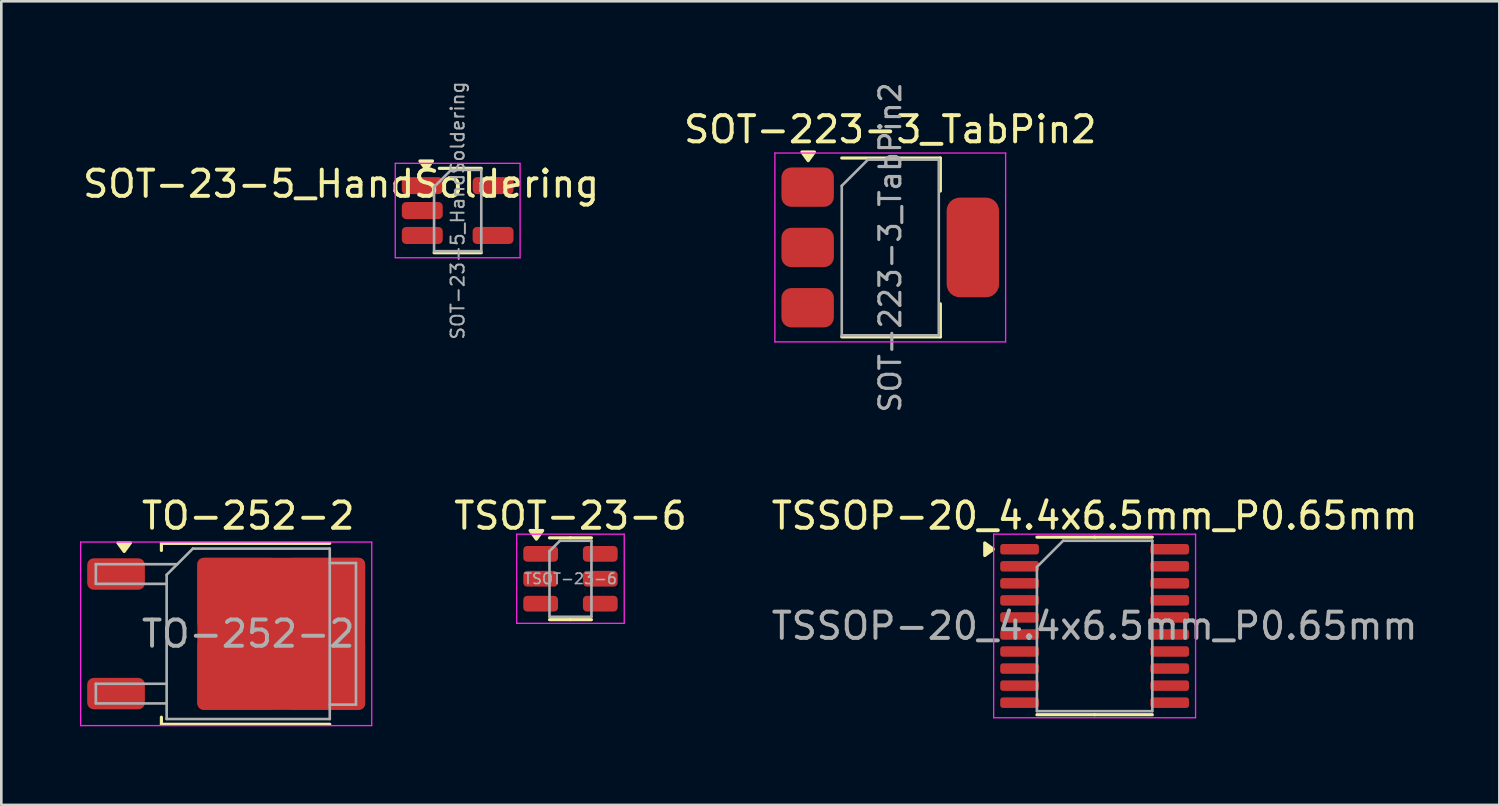
<source format=kicad_pcb>
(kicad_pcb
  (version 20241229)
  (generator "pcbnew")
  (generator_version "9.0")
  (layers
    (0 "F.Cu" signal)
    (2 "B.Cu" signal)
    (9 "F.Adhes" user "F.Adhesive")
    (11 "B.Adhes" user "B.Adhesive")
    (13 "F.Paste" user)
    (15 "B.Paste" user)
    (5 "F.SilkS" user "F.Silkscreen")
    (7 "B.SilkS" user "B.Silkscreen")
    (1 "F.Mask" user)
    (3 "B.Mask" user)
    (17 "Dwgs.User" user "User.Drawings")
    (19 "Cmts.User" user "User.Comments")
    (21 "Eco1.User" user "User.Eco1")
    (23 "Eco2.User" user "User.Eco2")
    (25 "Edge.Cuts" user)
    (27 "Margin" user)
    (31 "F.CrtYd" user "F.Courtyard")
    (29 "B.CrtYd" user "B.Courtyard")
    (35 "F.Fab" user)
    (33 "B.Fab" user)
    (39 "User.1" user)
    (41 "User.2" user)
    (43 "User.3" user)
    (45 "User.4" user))
  (footprint "TO-252-2"
    (layer "F.Cu")
    (at 6.415 21.12)
    (property "Reference" "TO-252-2" (at 0 -4.5 0) (layer "F.SilkS") (effects (font (size 1 1) (thickness 0.15))))
    (attr smd)
    (fp_line (start -3.31 -3.45) (end -3.31 -3.18) (stroke (width 0.12) (type solid)) (layer "F.SilkS"))
    (fp_line (start -3.31 3.45) (end -3.31 3.18) (stroke (width 0.12) (type solid)) (layer "F.SilkS"))
    (fp_line (start 3.11 -3.45) (end -3.31 -3.45) (stroke (width 0.12) (type solid)) (layer "F.SilkS"))
    (fp_line (start 3.11 3.45) (end -3.31 3.45) (stroke (width 0.12) (type solid)) (layer "F.SilkS"))
    (fp_poly (pts (xy -4.73 -3.14) (xy -4.97 -3.47) (xy -4.49 -3.47) (xy -4.73 -3.14)) (stroke (width 0.12) (type solid)) (fill yes) (layer "F.SilkS"))
    (fp_line (start -6.39 -3.5) (end -6.39 3.5) (stroke (width 0.05) (type solid)) (layer "F.CrtYd"))
    (fp_line (start -6.39 3.5) (end 4.71 3.5) (stroke (width 0.05) (type solid)) (layer "F.CrtYd"))
    (fp_line (start 4.71 -3.5) (end -6.39 -3.5) (stroke (width 0.05) (type solid)) (layer "F.CrtYd"))
    (fp_line (start 4.71 3.5) (end 4.71 -3.5) (stroke (width 0.05) (type solid)) (layer "F.CrtYd"))
    (fp_line (start -5.81 -2.655) (end -5.81 -1.905) (stroke (width 0.1) (type solid)) (layer "F.Fab"))
    (fp_line (start -5.81 -1.905) (end -3.11 -1.905) (stroke (width 0.1) (type solid)) (layer "F.Fab"))
    (fp_line (start -5.81 1.905) (end -5.81 2.655) (stroke (width 0.1) (type solid)) (layer "F.Fab"))
    (fp_line (start -5.81 2.655) (end -3.11 2.655) (stroke (width 0.1) (type solid)) (layer "F.Fab"))
    (fp_line (start -3.11 -2.25) (end -2.11 -3.25) (stroke (width 0.1) (type solid)) (layer "F.Fab"))
    (fp_line (start -3.11 1.905) (end -5.81 1.905) (stroke (width 0.1) (type solid)) (layer "F.Fab"))
    (fp_line (start -3.11 3.25) (end -3.11 -2.25) (stroke (width 0.1) (type solid)) (layer "F.Fab"))
    (fp_line (start -2.705 -2.655) (end -5.81 -2.655) (stroke (width 0.1) (type solid)) (layer "F.Fab"))
    (fp_line (start -2.11 -3.25) (end 3.11 -3.25) (stroke (width 0.1) (type solid)) (layer "F.Fab"))
    (fp_line (start 3.11 -3.25) (end 3.11 3.25) (stroke (width 0.1) (type solid)) (layer "F.Fab"))
    (fp_line (start 3.11 -2.7) (end 4.11 -2.7) (stroke (width 0.1) (type solid)) (layer "F.Fab"))
    (fp_line (start 3.11 3.25) (end -3.11 3.25) (stroke (width 0.1) (type solid)) (layer "F.Fab"))
    (fp_line (start 4.11 -2.7) (end 4.11 2.7) (stroke (width 0.1) (type solid)) (layer "F.Fab"))
    (fp_line (start 4.11 2.7) (end 3.11 2.7) (stroke (width 0.1) (type solid)) (layer "F.Fab"))
    (fp_text user "${REFERENCE}" (at 0 0 0) (layer "F.Fab") (effects (font (size 1 1) (thickness 0.15))))
    (pad "1" smd roundrect (at -5.04 -2.28) (size 2.2 1.2) (layers "F.Cu" "F.Mask" "F.Paste") (roundrect_rratio 0.208))
    (pad "2" smd roundrect (at -0.415 -1.525) (size 3.05 2.75) (layers "F.Cu" "F.Paste") (roundrect_rratio 0.091))
    (pad "2" smd roundrect (at -0.415 1.525) (size 3.05 2.75) (layers "F.Cu" "F.Paste") (roundrect_rratio 0.091))
    (pad "2" smd roundrect (at 1.26 0) (size 6.4 5.8) (layers "F.Cu" "F.Mask") (roundrect_rratio 0.043))
    (pad "2" smd roundrect (at 2.935 -1.525) (size 3.05 2.75) (layers "F.Cu" "F.Paste") (roundrect_rratio 0.091))
    (pad "2" smd roundrect (at 2.935 1.525) (size 3.05 2.75) (layers "F.Cu" "F.Paste") (roundrect_rratio 0.091))
    (pad "3" smd roundrect (at -5.04 2.28) (size 2.2 1.2) (layers "F.Cu" "F.Mask" "F.Paste") (roundrect_rratio 0.208)))
  (footprint "TSOT-23-6"
    (layer "F.Cu")
    (at 18.704 19.02)
    (property "Reference" "TSOT-23-6" (at 0 -2.4 0) (layer "F.SilkS") (effects (font (size 1 1) (thickness 0.15))))
    (attr smd)
    (fp_line (start 0 -1.56) (end -0.8 -1.56) (stroke (width 0.12) (type solid)) (layer "F.SilkS"))
    (fp_line (start 0 -1.56) (end 0.8 -1.56) (stroke (width 0.12) (type solid)) (layer "F.SilkS"))
    (fp_line (start 0 1.56) (end -0.8 1.56) (stroke (width 0.12) (type solid)) (layer "F.SilkS"))
    (fp_line (start 0 1.56) (end 0.8 1.56) (stroke (width 0.12) (type solid)) (layer "F.SilkS"))
    (fp_poly (pts (xy -1.3 -1.51) (xy -1.54 -1.84) (xy -1.06 -1.84) (xy -1.3 -1.51)) (stroke (width 0.12) (type solid)) (fill yes) (layer "F.SilkS"))
    (fp_line (start -2.05 -1.7) (end -2.05 1.7) (stroke (width 0.05) (type solid)) (layer "F.CrtYd"))
    (fp_line (start -2.05 1.7) (end 2.05 1.7) (stroke (width 0.05) (type solid)) (layer "F.CrtYd"))
    (fp_line (start 2.05 -1.7) (end -2.05 -1.7) (stroke (width 0.05) (type solid)) (layer "F.CrtYd"))
    (fp_line (start 2.05 1.7) (end 2.05 -1.7) (stroke (width 0.05) (type solid)) (layer "F.CrtYd"))
    (fp_line (start -0.8 -1.05) (end -0.4 -1.45) (stroke (width 0.1) (type solid)) (layer "F.Fab"))
    (fp_line (start -0.8 1.45) (end -0.8 -1.05) (stroke (width 0.1) (type solid)) (layer "F.Fab"))
    (fp_line (start -0.4 -1.45) (end 0.8 -1.45) (stroke (width 0.1) (type solid)) (layer "F.Fab"))
    (fp_line (start 0.8 -1.45) (end 0.8 1.45) (stroke (width 0.1) (type solid)) (layer "F.Fab"))
    (fp_line (start 0.8 1.45) (end -0.8 1.45) (stroke (width 0.1) (type solid)) (layer "F.Fab"))
    (fp_text user "${REFERENCE}" (at 0 0 0) (layer "F.Fab") (effects (font (size 0.4 0.4) (thickness 0.06))))
    (pad "1" smd roundrect (at -1.137 -0.95) (size 1.325 0.6) (layers "F.Cu" "F.Mask" "F.Paste") (roundrect_rratio 0.25))
    (pad "2" smd roundrect (at -1.137 0) (size 1.325 0.6) (layers "F.Cu" "F.Mask" "F.Paste") (roundrect_rratio 0.25))
    (pad "3" smd roundrect (at -1.137 0.95) (size 1.325 0.6) (layers "F.Cu" "F.Mask" "F.Paste") (roundrect_rratio 0.25))
    (pad "4" smd roundrect (at 1.137 0.95) (size 1.325 0.6) (layers "F.Cu" "F.Mask" "F.Paste") (roundrect_rratio 0.25))
    (pad "5" smd roundrect (at 1.137 0) (size 1.325 0.6) (layers "F.Cu" "F.Mask" "F.Paste") (roundrect_rratio 0.25))
    (pad "6" smd roundrect (at 1.137 -0.95) (size 1.325 0.6) (layers "F.Cu" "F.Mask" "F.Paste") (roundrect_rratio 0.25)))
  (footprint "SOT-223-3_TabPin2"
    (layer "F.Cu")
    (at 30.899 6.386)
    (property "Reference" "SOT-223-3_TabPin2" (at 0 -4.5 0) (layer "F.SilkS") (effects (font (size 1 1) (thickness 0.15))))
    (attr smd)
    (fp_line (start -1.85 -3.41) (end 1.91 -3.41) (stroke (width 0.12) (type solid)) (layer "F.SilkS"))
    (fp_line (start -1.85 3.41) (end 1.91 3.41) (stroke (width 0.12) (type solid)) (layer "F.SilkS"))
    (fp_line (start 1.91 -3.41) (end 1.91 -2.15) (stroke (width 0.12) (type solid)) (layer "F.SilkS"))
    (fp_line (start 1.91 3.41) (end 1.91 2.15) (stroke (width 0.12) (type solid)) (layer "F.SilkS"))
    (fp_poly (pts (xy -3.13 -3.31) (xy -3.37 -3.64) (xy -2.89 -3.64) (xy -3.13 -3.31)) (stroke (width 0.12) (type solid)) (fill yes) (layer "F.SilkS"))
    (fp_line (start -4.4 -3.6) (end -4.4 3.6) (stroke (width 0.05) (type solid)) (layer "F.CrtYd"))
    (fp_line (start -4.4 3.6) (end 4.4 3.6) (stroke (width 0.05) (type solid)) (layer "F.CrtYd"))
    (fp_line (start 4.4 -3.6) (end -4.4 -3.6) (stroke (width 0.05) (type solid)) (layer "F.CrtYd"))
    (fp_line (start 4.4 3.6) (end 4.4 -3.6) (stroke (width 0.05) (type solid)) (layer "F.CrtYd"))
    (fp_line (start -1.85 -2.35) (end -1.85 3.35) (stroke (width 0.1) (type solid)) (layer "F.Fab"))
    (fp_line (start -1.85 -2.35) (end -0.85 -3.35) (stroke (width 0.1) (type solid)) (layer "F.Fab"))
    (fp_line (start -1.85 3.35) (end 1.85 3.35) (stroke (width 0.1) (type solid)) (layer "F.Fab"))
    (fp_line (start -0.85 -3.35) (end 1.85 -3.35) (stroke (width 0.1) (type solid)) (layer "F.Fab"))
    (fp_line (start 1.85 -3.35) (end 1.85 3.35) (stroke (width 0.1) (type solid)) (layer "F.Fab"))
    (fp_text user "${REFERENCE}" (at 0 0 90) (layer "F.Fab") (effects (font (size 0.8 0.8) (thickness 0.12))))
    (pad "1" smd roundrect (at -3.15 -2.3) (size 2 1.5) (layers "F.Cu" "F.Mask" "F.Paste") (roundrect_rratio 0.25))
    (pad "2" smd roundrect (at -3.15 0) (size 2 1.5) (layers "F.Cu" "F.Mask" "F.Paste") (roundrect_rratio 0.25))
    (pad "2" smd roundrect (at 3.15 0) (size 2 3.8) (layers "F.Cu" "F.Mask" "F.Paste") (roundrect_rratio 0.25))
    (pad "3" smd roundrect (at -3.15 2.3) (size 2 1.5) (layers "F.Cu" "F.Mask" "F.Paste") (roundrect_rratio 0.25)))
  (footprint "SOT-23-5_HandSoldering"
    (layer "F.Cu")
    (at 14.403 4.979)
    (property "Reference" "SOT-23-5_HandSoldering" (at -4.445 -1.016 180) (layer "F.SilkS") (effects (font (size 1 1) (thickness 0.15))))
    (attr smd)
    (fp_line (start -0.9 1.61) (end 0.9 1.61) (stroke (width 0.12) (type solid)) (layer "F.SilkS"))
    (fp_line (start 0.1 -1.61) (end -0.7 -1.61) (stroke (width 0.12) (type solid)) (layer "F.SilkS"))
    (fp_line (start 0.1 -1.61) (end 0.9 -1.61) (stroke (width 0.12) (type solid)) (layer "F.SilkS"))
    (fp_poly (pts (xy -1.2 -1.56) (xy -1.44 -1.89) (xy -0.96 -1.89) (xy -1.2 -1.56)) (stroke (width 0.12) (type solid)) (fill yes) (layer "F.SilkS"))
    (fp_line (start -2.38 -1.8) (end -2.38 1.8) (stroke (width 0.05) (type solid)) (layer "F.CrtYd"))
    (fp_line (start -2.38 -1.8) (end 2.38 -1.8) (stroke (width 0.05) (type solid)) (layer "F.CrtYd"))
    (fp_line (start 2.38 1.8) (end -2.38 1.8) (stroke (width 0.05) (type solid)) (layer "F.CrtYd"))
    (fp_line (start 2.38 1.8) (end 2.38 -1.8) (stroke (width 0.05) (type solid)) (layer "F.CrtYd"))
    (fp_line (start -0.9 -0.9) (end -0.9 1.55) (stroke (width 0.1) (type solid)) (layer "F.Fab"))
    (fp_line (start -0.9 -0.9) (end -0.25 -1.55) (stroke (width 0.1) (type solid)) (layer "F.Fab"))
    (fp_line (start 0.9 -1.55) (end -0.25 -1.55) (stroke (width 0.1) (type solid)) (layer "F.Fab"))
    (fp_line (start 0.9 -1.55) (end 0.9 1.55) (stroke (width 0.1) (type solid)) (layer "F.Fab"))
    (fp_line (start 0.9 1.55) (end -0.9 1.55) (stroke (width 0.1) (type solid)) (layer "F.Fab"))
    (fp_text user "${REFERENCE}" (at 0 0 270) (layer "F.Fab") (effects (font (size 0.5 0.5) (thickness 0.075))))
    (pad "1" smd roundrect (at -1.35 -0.95) (size 1.56 0.65) (layers "F.Cu" "F.Mask" "F.Paste") (roundrect_rratio 0.25))
    (pad "2" smd roundrect (at -1.35 0) (size 1.56 0.65) (layers "F.Cu" "F.Mask" "F.Paste") (roundrect_rratio 0.25))
    (pad "3" smd roundrect (at -1.35 0.95) (size 1.56 0.65) (layers "F.Cu" "F.Mask" "F.Paste") (roundrect_rratio 0.25))
    (pad "4" smd roundrect (at 1.35 0.95) (size 1.56 0.65) (layers "F.Cu" "F.Mask" "F.Paste") (roundrect_rratio 0.25))
    (pad "5" smd roundrect (at 1.35 -0.95) (size 1.56 0.65) (layers "F.Cu" "F.Mask" "F.Paste") (roundrect_rratio 0.25)))
  (footprint "TSSOP-20_4.4x6.5mm_P0.65mm"
    (layer "F.Cu")
    (at 38.692 20.82)
    (property "Reference" "TSSOP-20_4.4x6.5mm_P0.65mm" (at 0 -4.2 0) (layer "F.SilkS") (effects (font (size 1 1) (thickness 0.15))))
    (attr smd)
    (fp_line (start 0 -3.385) (end -2.2 -3.385) (stroke (width 0.12) (type solid)) (layer "F.SilkS"))
    (fp_line (start 0 -3.385) (end 2.2 -3.385) (stroke (width 0.12) (type solid)) (layer "F.SilkS"))
    (fp_line (start 0 3.385) (end -2.2 3.385) (stroke (width 0.12) (type solid)) (layer "F.SilkS"))
    (fp_line (start 0 3.385) (end 2.2 3.385) (stroke (width 0.12) (type solid)) (layer "F.SilkS"))
    (fp_poly (pts (xy -3.86 -2.925) (xy -4.19 -3.165) (xy -4.19 -2.685) (xy -3.86 -2.925)) (stroke (width 0.12) (type solid)) (fill yes) (layer "F.SilkS"))
    (fp_line (start -3.85 -3.5) (end -3.85 3.5) (stroke (width 0.05) (type solid)) (layer "F.CrtYd"))
    (fp_line (start -3.85 3.5) (end 3.85 3.5) (stroke (width 0.05) (type solid)) (layer "F.CrtYd"))
    (fp_line (start 3.85 -3.5) (end -3.85 -3.5) (stroke (width 0.05) (type solid)) (layer "F.CrtYd"))
    (fp_line (start 3.85 3.5) (end 3.85 -3.5) (stroke (width 0.05) (type solid)) (layer "F.CrtYd"))
    (fp_line (start -2.2 -2.25) (end -1.2 -3.25) (stroke (width 0.1) (type solid)) (layer "F.Fab"))
    (fp_line (start -2.2 3.25) (end -2.2 -2.25) (stroke (width 0.1) (type solid)) (layer "F.Fab"))
    (fp_line (start -1.2 -3.25) (end 2.2 -3.25) (stroke (width 0.1) (type solid)) (layer "F.Fab"))
    (fp_line (start 2.2 -3.25) (end 2.2 3.25) (stroke (width 0.1) (type solid)) (layer "F.Fab"))
    (fp_line (start 2.2 3.25) (end -2.2 3.25) (stroke (width 0.1) (type solid)) (layer "F.Fab"))
    (fp_text user "${REFERENCE}" (at 0 0 0) (layer "F.Fab") (effects (font (size 1 1) (thickness 0.15))))
    (pad "1" smd roundrect (at -2.862 -2.925) (size 1.475 0.4) (layers "F.Cu" "F.Mask" "F.Paste") (roundrect_rratio 0.25))
    (pad "2" smd roundrect (at -2.862 -2.275) (size 1.475 0.4) (layers "F.Cu" "F.Mask" "F.Paste") (roundrect_rratio 0.25))
    (pad "3" smd roundrect (at -2.862 -1.625) (size 1.475 0.4) (layers "F.Cu" "F.Mask" "F.Paste") (roundrect_rratio 0.25))
    (pad "4" smd roundrect (at -2.862 -0.975) (size 1.475 0.4) (layers "F.Cu" "F.Mask" "F.Paste") (roundrect_rratio 0.25))
    (pad "5" smd roundrect (at -2.862 -0.325) (size 1.475 0.4) (layers "F.Cu" "F.Mask" "F.Paste") (roundrect_rratio 0.25))
    (pad "6" smd roundrect (at -2.862 0.325) (size 1.475 0.4) (layers "F.Cu" "F.Mask" "F.Paste") (roundrect_rratio 0.25))
    (pad "7" smd roundrect (at -2.862 0.975) (size 1.475 0.4) (layers "F.Cu" "F.Mask" "F.Paste") (roundrect_rratio 0.25))
    (pad "8" smd roundrect (at -2.862 1.625) (size 1.475 0.4) (layers "F.Cu" "F.Mask" "F.Paste") (roundrect_rratio 0.25))
    (pad "9" smd roundrect (at -2.862 2.275) (size 1.475 0.4) (layers "F.Cu" "F.Mask" "F.Paste") (roundrect_rratio 0.25))
    (pad "10" smd roundrect (at -2.862 2.925) (size 1.475 0.4) (layers "F.Cu" "F.Mask" "F.Paste") (roundrect_rratio 0.25))
    (pad "11" smd roundrect (at 2.862 2.925) (size 1.475 0.4) (layers "F.Cu" "F.Mask" "F.Paste") (roundrect_rratio 0.25))
    (pad "12" smd roundrect (at 2.862 2.275) (size 1.475 0.4) (layers "F.Cu" "F.Mask" "F.Paste") (roundrect_rratio 0.25))
    (pad "13" smd roundrect (at 2.862 1.625) (size 1.475 0.4) (layers "F.Cu" "F.Mask" "F.Paste") (roundrect_rratio 0.25))
    (pad "14" smd roundrect (at 2.862 0.975) (size 1.475 0.4) (layers "F.Cu" "F.Mask" "F.Paste") (roundrect_rratio 0.25))
    (pad "15" smd roundrect (at 2.862 0.325) (size 1.475 0.4) (layers "F.Cu" "F.Mask" "F.Paste") (roundrect_rratio 0.25))
    (pad "16" smd roundrect (at 2.862 -0.325) (size 1.475 0.4) (layers "F.Cu" "F.Mask" "F.Paste") (roundrect_rratio 0.25))
    (pad "17" smd roundrect (at 2.862 -0.975) (size 1.475 0.4) (layers "F.Cu" "F.Mask" "F.Paste") (roundrect_rratio 0.25))
    (pad "18" smd roundrect (at 2.862 -1.625) (size 1.475 0.4) (layers "F.Cu" "F.Mask" "F.Paste") (roundrect_rratio 0.25))
    (pad "19" smd roundrect (at 2.862 -2.275) (size 1.475 0.4) (layers "F.Cu" "F.Mask" "F.Paste") (roundrect_rratio 0.25))
    (pad "20" smd roundrect (at 2.862 -2.925) (size 1.475 0.4) (layers "F.Cu" "F.Mask" "F.Paste") (roundrect_rratio 0.25)))
  (gr_rect
    (start -3 -3)
    (end 54.126 27.645)
    (stroke (width 0.1) (type default))
    (fill no)
    (layer "Edge.Cuts")))
</source>
